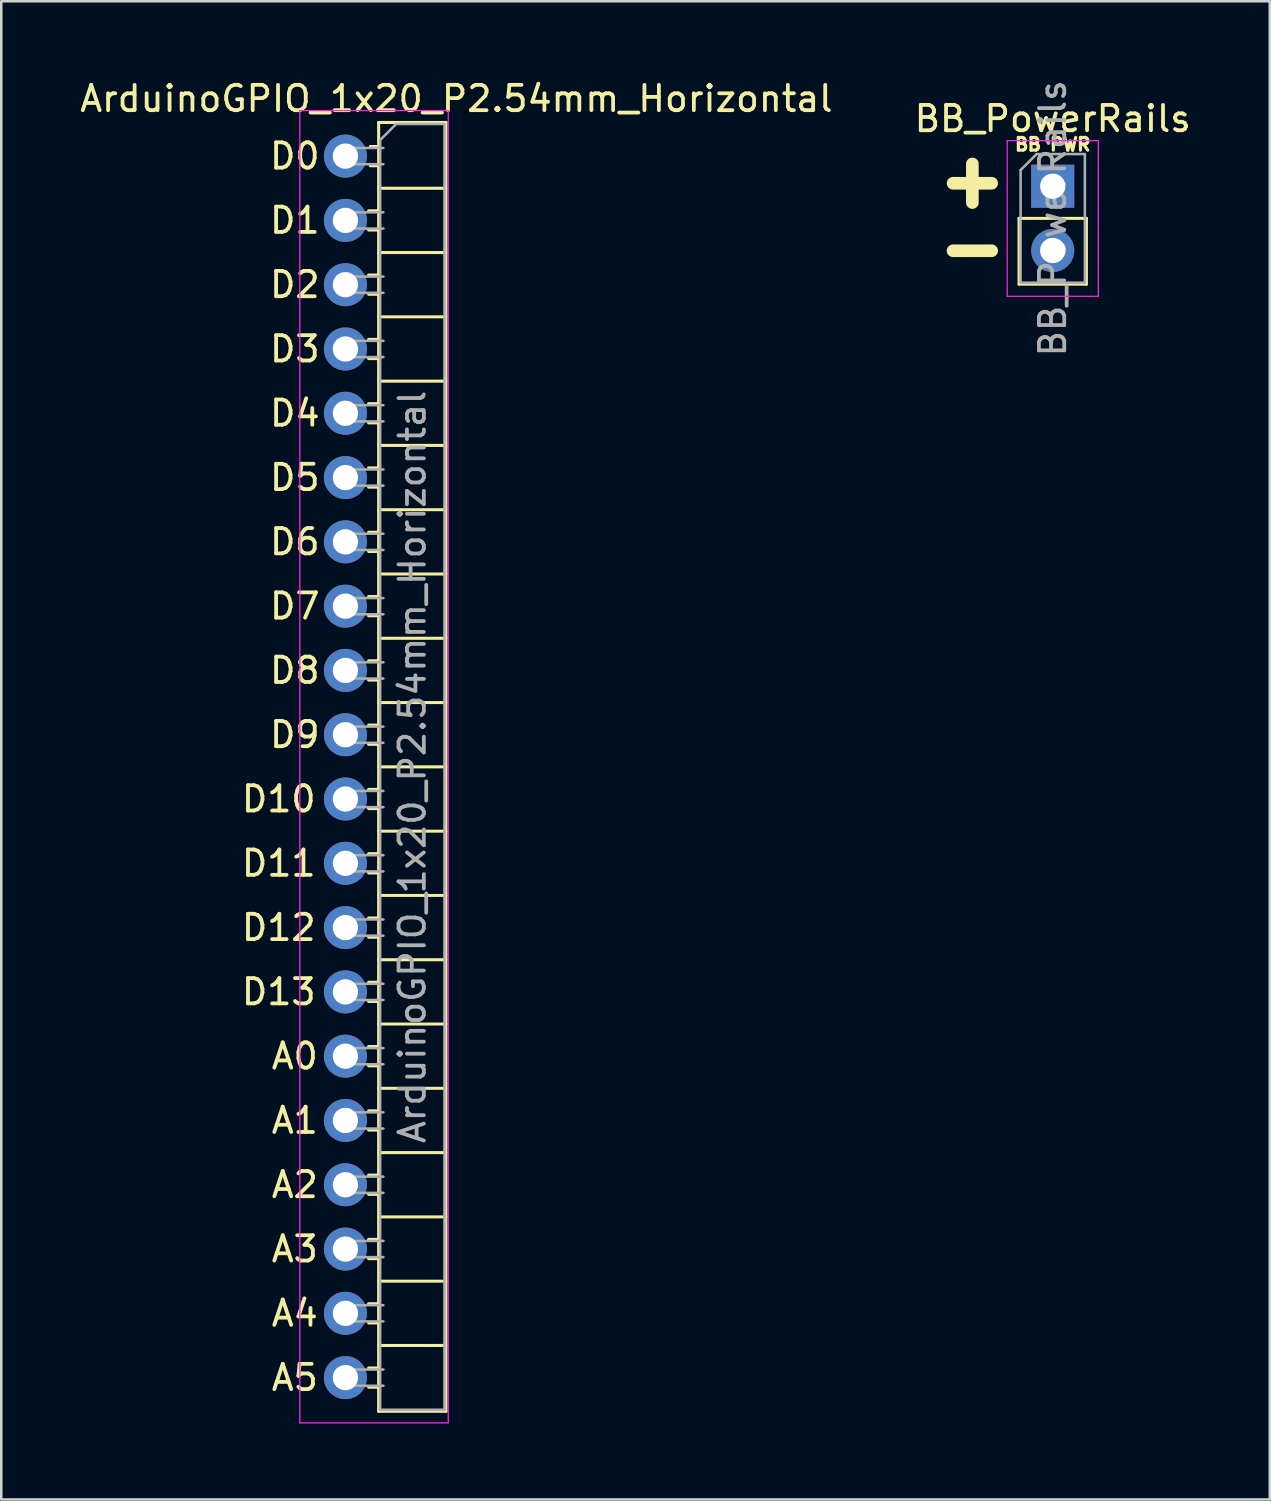
<source format=kicad_pcb>
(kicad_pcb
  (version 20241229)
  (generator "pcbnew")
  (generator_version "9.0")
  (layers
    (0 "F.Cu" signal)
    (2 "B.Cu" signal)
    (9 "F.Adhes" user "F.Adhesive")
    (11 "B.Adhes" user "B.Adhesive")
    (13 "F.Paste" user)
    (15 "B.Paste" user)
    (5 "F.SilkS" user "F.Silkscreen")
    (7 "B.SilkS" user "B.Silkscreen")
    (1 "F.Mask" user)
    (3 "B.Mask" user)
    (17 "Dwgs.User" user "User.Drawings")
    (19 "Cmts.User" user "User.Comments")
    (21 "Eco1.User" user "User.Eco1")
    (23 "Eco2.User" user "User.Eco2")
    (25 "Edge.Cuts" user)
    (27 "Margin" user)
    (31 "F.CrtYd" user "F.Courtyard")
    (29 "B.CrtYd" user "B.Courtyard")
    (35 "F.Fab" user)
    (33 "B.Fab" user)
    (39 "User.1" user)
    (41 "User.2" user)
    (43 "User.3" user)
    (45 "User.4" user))
  (footprint "ArduinoGPIO_1x20_P2.54mm_Horizontal"
    (layer "F.Cu")
    (at 10.597 3.118)
    (property "Reference" "ArduinoGPIO_1x20_P2.54mm_Horizontal" (at 4.385 -2.27 0) (layer "F.SilkS") (effects (font (size 1 1) (thickness 0.15))))
    (attr through_hole)
    (fp_line (start 0.916 2.16) (end 1.313 2.16) (stroke (width 0.12) (type solid)) (layer "F.SilkS"))
    (fp_line (start 0.916 2.92) (end 1.313 2.92) (stroke (width 0.12) (type solid)) (layer "F.SilkS"))
    (fp_line (start 0.916 4.7) (end 1.313 4.7) (stroke (width 0.12) (type solid)) (layer "F.SilkS"))
    (fp_line (start 0.916 5.46) (end 1.313 5.46) (stroke (width 0.12) (type solid)) (layer "F.SilkS"))
    (fp_line (start 0.916 7.24) (end 1.313 7.24) (stroke (width 0.12) (type solid)) (layer "F.SilkS"))
    (fp_line (start 0.916 8) (end 1.313 8) (stroke (width 0.12) (type solid)) (layer "F.SilkS"))
    (fp_line (start 0.916 9.78) (end 1.313 9.78) (stroke (width 0.12) (type solid)) (layer "F.SilkS"))
    (fp_line (start 0.916 10.54) (end 1.313 10.54) (stroke (width 0.12) (type solid)) (layer "F.SilkS"))
    (fp_line (start 0.916 12.32) (end 1.313 12.32) (stroke (width 0.12) (type solid)) (layer "F.SilkS"))
    (fp_line (start 0.916 13.08) (end 1.313 13.08) (stroke (width 0.12) (type solid)) (layer "F.SilkS"))
    (fp_line (start 0.916 14.86) (end 1.313 14.86) (stroke (width 0.12) (type solid)) (layer "F.SilkS"))
    (fp_line (start 0.916 15.62) (end 1.313 15.62) (stroke (width 0.12) (type solid)) (layer "F.SilkS"))
    (fp_line (start 0.916 17.4) (end 1.313 17.4) (stroke (width 0.12) (type solid)) (layer "F.SilkS"))
    (fp_line (start 0.916 18.16) (end 1.313 18.16) (stroke (width 0.12) (type solid)) (layer "F.SilkS"))
    (fp_line (start 0.916 19.94) (end 1.313 19.94) (stroke (width 0.12) (type solid)) (layer "F.SilkS"))
    (fp_line (start 0.916 20.7) (end 1.313 20.7) (stroke (width 0.12) (type solid)) (layer "F.SilkS"))
    (fp_line (start 0.916 22.48) (end 1.313 22.48) (stroke (width 0.12) (type solid)) (layer "F.SilkS"))
    (fp_line (start 0.916 23.24) (end 1.313 23.24) (stroke (width 0.12) (type solid)) (layer "F.SilkS"))
    (fp_line (start 0.916 25.02) (end 1.313 25.02) (stroke (width 0.12) (type solid)) (layer "F.SilkS"))
    (fp_line (start 0.916 25.78) (end 1.313 25.78) (stroke (width 0.12) (type solid)) (layer "F.SilkS"))
    (fp_line (start 0.916 27.56) (end 1.313 27.56) (stroke (width 0.12) (type solid)) (layer "F.SilkS"))
    (fp_line (start 0.916 28.32) (end 1.313 28.32) (stroke (width 0.12) (type solid)) (layer "F.SilkS"))
    (fp_line (start 0.916 30.1) (end 1.313 30.1) (stroke (width 0.12) (type solid)) (layer "F.SilkS"))
    (fp_line (start 0.916 30.86) (end 1.313 30.86) (stroke (width 0.12) (type solid)) (layer "F.SilkS"))
    (fp_line (start 0.916 32.64) (end 1.313 32.64) (stroke (width 0.12) (type solid)) (layer "F.SilkS"))
    (fp_line (start 0.916 33.4) (end 1.313 33.4) (stroke (width 0.12) (type solid)) (layer "F.SilkS"))
    (fp_line (start 0.916 35.18) (end 1.313 35.18) (stroke (width 0.12) (type solid)) (layer "F.SilkS"))
    (fp_line (start 0.916 35.94) (end 1.313 35.94) (stroke (width 0.12) (type solid)) (layer "F.SilkS"))
    (fp_line (start 0.916 37.72) (end 1.313 37.72) (stroke (width 0.12) (type solid)) (layer "F.SilkS"))
    (fp_line (start 0.916 38.48) (end 1.313 38.48) (stroke (width 0.12) (type solid)) (layer "F.SilkS"))
    (fp_line (start 0.916 40.26) (end 1.313 40.26) (stroke (width 0.12) (type solid)) (layer "F.SilkS"))
    (fp_line (start 0.916 41.02) (end 1.313 41.02) (stroke (width 0.12) (type solid)) (layer "F.SilkS"))
    (fp_line (start 0.916 42.8) (end 1.313 42.8) (stroke (width 0.12) (type solid)) (layer "F.SilkS"))
    (fp_line (start 0.916 43.56) (end 1.313 43.56) (stroke (width 0.12) (type solid)) (layer "F.SilkS"))
    (fp_line (start 0.916 45.34) (end 1.313 45.34) (stroke (width 0.12) (type solid)) (layer "F.SilkS"))
    (fp_line (start 0.916 46.1) (end 1.313 46.1) (stroke (width 0.12) (type solid)) (layer "F.SilkS"))
    (fp_line (start 0.916 47.88) (end 1.313 47.88) (stroke (width 0.12) (type solid)) (layer "F.SilkS"))
    (fp_line (start 0.916 48.64) (end 1.313 48.64) (stroke (width 0.12) (type solid)) (layer "F.SilkS"))
    (fp_line (start 0.983 -0.38) (end 1.313 -0.38) (stroke (width 0.12) (type solid)) (layer "F.SilkS"))
    (fp_line (start 0.983 0.38) (end 1.313 0.38) (stroke (width 0.12) (type solid)) (layer "F.SilkS"))
    (fp_line (start 1.313 -1.33) (end 1.313 49.59) (stroke (width 0.12) (type solid)) (layer "F.SilkS"))
    (fp_line (start 1.313 1.27) (end 3.973 1.27) (stroke (width 0.12) (type solid)) (layer "F.SilkS"))
    (fp_line (start 1.313 3.81) (end 3.973 3.81) (stroke (width 0.12) (type solid)) (layer "F.SilkS"))
    (fp_line (start 1.313 6.35) (end 3.973 6.35) (stroke (width 0.12) (type solid)) (layer "F.SilkS"))
    (fp_line (start 1.313 8.89) (end 3.973 8.89) (stroke (width 0.12) (type solid)) (layer "F.SilkS"))
    (fp_line (start 1.313 11.43) (end 3.973 11.43) (stroke (width 0.12) (type solid)) (layer "F.SilkS"))
    (fp_line (start 1.313 13.97) (end 3.973 13.97) (stroke (width 0.12) (type solid)) (layer "F.SilkS"))
    (fp_line (start 1.313 16.51) (end 3.973 16.51) (stroke (width 0.12) (type solid)) (layer "F.SilkS"))
    (fp_line (start 1.313 19.05) (end 3.973 19.05) (stroke (width 0.12) (type solid)) (layer "F.SilkS"))
    (fp_line (start 1.313 21.59) (end 3.973 21.59) (stroke (width 0.12) (type solid)) (layer "F.SilkS"))
    (fp_line (start 1.313 24.13) (end 3.973 24.13) (stroke (width 0.12) (type solid)) (layer "F.SilkS"))
    (fp_line (start 1.313 26.67) (end 3.973 26.67) (stroke (width 0.12) (type solid)) (layer "F.SilkS"))
    (fp_line (start 1.313 29.21) (end 3.973 29.21) (stroke (width 0.12) (type solid)) (layer "F.SilkS"))
    (fp_line (start 1.313 31.75) (end 3.973 31.75) (stroke (width 0.12) (type solid)) (layer "F.SilkS"))
    (fp_line (start 1.313 34.29) (end 3.973 34.29) (stroke (width 0.12) (type solid)) (layer "F.SilkS"))
    (fp_line (start 1.313 36.83) (end 3.973 36.83) (stroke (width 0.12) (type solid)) (layer "F.SilkS"))
    (fp_line (start 1.313 39.37) (end 3.973 39.37) (stroke (width 0.12) (type solid)) (layer "F.SilkS"))
    (fp_line (start 1.313 41.91) (end 3.973 41.91) (stroke (width 0.12) (type solid)) (layer "F.SilkS"))
    (fp_line (start 1.313 44.45) (end 3.973 44.45) (stroke (width 0.12) (type solid)) (layer "F.SilkS"))
    (fp_line (start 1.313 46.99) (end 3.973 46.99) (stroke (width 0.12) (type solid)) (layer "F.SilkS"))
    (fp_line (start 1.313 49.59) (end 3.973 49.59) (stroke (width 0.12) (type solid)) (layer "F.SilkS"))
    (fp_line (start 3.973 -1.33) (end 1.313 -1.33) (stroke (width 0.12) (type solid)) (layer "F.SilkS"))
    (fp_line (start 3.973 49.59) (end 3.973 -1.33) (stroke (width 0.12) (type solid)) (layer "F.SilkS"))
    (fp_line (start -1.8 -1.8) (end -1.8 50.05) (stroke (width 0.05) (type solid)) (layer "F.CrtYd"))
    (fp_line (start -1.8 50.05) (end 4.064 50.05) (stroke (width 0.05) (type solid)) (layer "F.CrtYd"))
    (fp_line (start 4.064 -1.8) (end -1.8 -1.8) (stroke (width 0.05) (type solid)) (layer "F.CrtYd"))
    (fp_line (start 4.064 50.038) (end 4.064 -1.778) (stroke (width 0.05) (type solid)) (layer "F.CrtYd"))
    (fp_line (start -0.32 -0.32) (end -0.32 0.32) (stroke (width 0.1) (type solid)) (layer "F.Fab"))
    (fp_line (start -0.32 -0.32) (end 1.5 -0.32) (stroke (width 0.1) (type solid)) (layer "F.Fab"))
    (fp_line (start -0.32 0.32) (end 1.5 0.32) (stroke (width 0.1) (type solid)) (layer "F.Fab"))
    (fp_line (start -0.32 2.22) (end -0.32 2.86) (stroke (width 0.1) (type solid)) (layer "F.Fab"))
    (fp_line (start -0.32 2.22) (end 1.5 2.22) (stroke (width 0.1) (type solid)) (layer "F.Fab"))
    (fp_line (start -0.32 2.86) (end 1.5 2.86) (stroke (width 0.1) (type solid)) (layer "F.Fab"))
    (fp_line (start -0.32 4.76) (end -0.32 5.4) (stroke (width 0.1) (type solid)) (layer "F.Fab"))
    (fp_line (start -0.32 4.76) (end 1.5 4.76) (stroke (width 0.1) (type solid)) (layer "F.Fab"))
    (fp_line (start -0.32 5.4) (end 1.5 5.4) (stroke (width 0.1) (type solid)) (layer "F.Fab"))
    (fp_line (start -0.32 7.3) (end -0.32 7.94) (stroke (width 0.1) (type solid)) (layer "F.Fab"))
    (fp_line (start -0.32 7.3) (end 1.5 7.3) (stroke (width 0.1) (type solid)) (layer "F.Fab"))
    (fp_line (start -0.32 7.94) (end 1.5 7.94) (stroke (width 0.1) (type solid)) (layer "F.Fab"))
    (fp_line (start -0.32 9.84) (end -0.32 10.48) (stroke (width 0.1) (type solid)) (layer "F.Fab"))
    (fp_line (start -0.32 9.84) (end 1.5 9.84) (stroke (width 0.1) (type solid)) (layer "F.Fab"))
    (fp_line (start -0.32 10.48) (end 1.5 10.48) (stroke (width 0.1) (type solid)) (layer "F.Fab"))
    (fp_line (start -0.32 12.38) (end -0.32 13.02) (stroke (width 0.1) (type solid)) (layer "F.Fab"))
    (fp_line (start -0.32 12.38) (end 1.5 12.38) (stroke (width 0.1) (type solid)) (layer "F.Fab"))
    (fp_line (start -0.32 13.02) (end 1.5 13.02) (stroke (width 0.1) (type solid)) (layer "F.Fab"))
    (fp_line (start -0.32 14.92) (end -0.32 15.56) (stroke (width 0.1) (type solid)) (layer "F.Fab"))
    (fp_line (start -0.32 14.92) (end 1.5 14.92) (stroke (width 0.1) (type solid)) (layer "F.Fab"))
    (fp_line (start -0.32 15.56) (end 1.5 15.56) (stroke (width 0.1) (type solid)) (layer "F.Fab"))
    (fp_line (start -0.32 17.46) (end -0.32 18.1) (stroke (width 0.1) (type solid)) (layer "F.Fab"))
    (fp_line (start -0.32 17.46) (end 1.5 17.46) (stroke (width 0.1) (type solid)) (layer "F.Fab"))
    (fp_line (start -0.32 18.1) (end 1.5 18.1) (stroke (width 0.1) (type solid)) (layer "F.Fab"))
    (fp_line (start -0.32 20) (end -0.32 20.64) (stroke (width 0.1) (type solid)) (layer "F.Fab"))
    (fp_line (start -0.32 20) (end 1.5 20) (stroke (width 0.1) (type solid)) (layer "F.Fab"))
    (fp_line (start -0.32 20.64) (end 1.5 20.64) (stroke (width 0.1) (type solid)) (layer "F.Fab"))
    (fp_line (start -0.32 22.54) (end -0.32 23.18) (stroke (width 0.1) (type solid)) (layer "F.Fab"))
    (fp_line (start -0.32 22.54) (end 1.5 22.54) (stroke (width 0.1) (type solid)) (layer "F.Fab"))
    (fp_line (start -0.32 23.18) (end 1.5 23.18) (stroke (width 0.1) (type solid)) (layer "F.Fab"))
    (fp_line (start -0.32 25.08) (end -0.32 25.72) (stroke (width 0.1) (type solid)) (layer "F.Fab"))
    (fp_line (start -0.32 25.08) (end 1.5 25.08) (stroke (width 0.1) (type solid)) (layer "F.Fab"))
    (fp_line (start -0.32 25.72) (end 1.5 25.72) (stroke (width 0.1) (type solid)) (layer "F.Fab"))
    (fp_line (start -0.32 27.62) (end -0.32 28.26) (stroke (width 0.1) (type solid)) (layer "F.Fab"))
    (fp_line (start -0.32 27.62) (end 1.5 27.62) (stroke (width 0.1) (type solid)) (layer "F.Fab"))
    (fp_line (start -0.32 28.26) (end 1.5 28.26) (stroke (width 0.1) (type solid)) (layer "F.Fab"))
    (fp_line (start -0.32 30.16) (end -0.32 30.8) (stroke (width 0.1) (type solid)) (layer "F.Fab"))
    (fp_line (start -0.32 30.16) (end 1.5 30.16) (stroke (width 0.1) (type solid)) (layer "F.Fab"))
    (fp_line (start -0.32 30.8) (end 1.5 30.8) (stroke (width 0.1) (type solid)) (layer "F.Fab"))
    (fp_line (start -0.32 32.7) (end -0.32 33.34) (stroke (width 0.1) (type solid)) (layer "F.Fab"))
    (fp_line (start -0.32 32.7) (end 1.5 32.7) (stroke (width 0.1) (type solid)) (layer "F.Fab"))
    (fp_line (start -0.32 33.34) (end 1.5 33.34) (stroke (width 0.1) (type solid)) (layer "F.Fab"))
    (fp_line (start -0.32 35.24) (end -0.32 35.88) (stroke (width 0.1) (type solid)) (layer "F.Fab"))
    (fp_line (start -0.32 35.24) (end 1.5 35.24) (stroke (width 0.1) (type solid)) (layer "F.Fab"))
    (fp_line (start -0.32 35.88) (end 1.5 35.88) (stroke (width 0.1) (type solid)) (layer "F.Fab"))
    (fp_line (start -0.32 37.78) (end -0.32 38.42) (stroke (width 0.1) (type solid)) (layer "F.Fab"))
    (fp_line (start -0.32 37.78) (end 1.5 37.78) (stroke (width 0.1) (type solid)) (layer "F.Fab"))
    (fp_line (start -0.32 38.42) (end 1.5 38.42) (stroke (width 0.1) (type solid)) (layer "F.Fab"))
    (fp_line (start -0.32 40.32) (end -0.32 40.96) (stroke (width 0.1) (type solid)) (layer "F.Fab"))
    (fp_line (start -0.32 40.32) (end -0.32 40.96) (stroke (width 0.1) (type solid)) (layer "F.Fab"))
    (fp_line (start -0.32 40.32) (end 1.5 40.32) (stroke (width 0.1) (type solid)) (layer "F.Fab"))
    (fp_line (start -0.32 40.96) (end 1.5 40.96) (stroke (width 0.1) (type solid)) (layer "F.Fab"))
    (fp_line (start -0.32 42.86) (end -0.32 43.5) (stroke (width 0.1) (type solid)) (layer "F.Fab"))
    (fp_line (start -0.32 42.86) (end -0.32 43.5) (stroke (width 0.1) (type solid)) (layer "F.Fab"))
    (fp_line (start -0.32 42.86) (end 1.5 42.86) (stroke (width 0.1) (type solid)) (layer "F.Fab"))
    (fp_line (start -0.32 43.5) (end 1.5 43.5) (stroke (width 0.1) (type solid)) (layer "F.Fab"))
    (fp_line (start -0.32 45.4) (end -0.32 46.04) (stroke (width 0.1) (type solid)) (layer "F.Fab"))
    (fp_line (start -0.32 45.4) (end -0.32 46.04) (stroke (width 0.1) (type solid)) (layer "F.Fab"))
    (fp_line (start -0.32 45.4) (end 1.5 45.4) (stroke (width 0.1) (type solid)) (layer "F.Fab"))
    (fp_line (start -0.32 46.04) (end 1.5 46.04) (stroke (width 0.1) (type solid)) (layer "F.Fab"))
    (fp_line (start -0.32 47.94) (end -0.32 48.58) (stroke (width 0.1) (type solid)) (layer "F.Fab"))
    (fp_line (start -0.32 47.94) (end -0.32 48.58) (stroke (width 0.1) (type solid)) (layer "F.Fab"))
    (fp_line (start -0.32 47.94) (end 1.5 47.94) (stroke (width 0.1) (type solid)) (layer "F.Fab"))
    (fp_line (start -0.32 48.58) (end 1.5 48.58) (stroke (width 0.1) (type solid)) (layer "F.Fab"))
    (fp_line (start 1.373 -0.635) (end 2.008 -1.27) (stroke (width 0.1) (type solid)) (layer "F.Fab"))
    (fp_line (start 1.373 49.53) (end 1.373 -0.635) (stroke (width 0.1) (type solid)) (layer "F.Fab"))
    (fp_line (start 2.008 -1.27) (end 3.913 -1.27) (stroke (width 0.1) (type solid)) (layer "F.Fab"))
    (fp_line (start 3.913 -1.27) (end 3.913 49.53) (stroke (width 0.1) (type solid)) (layer "F.Fab"))
    (fp_line (start 3.913 49.53) (end 1.373 49.53) (stroke (width 0.1) (type solid)) (layer "F.Fab"))
    (fp_text user "A3" (at -2 43.18 0) (layer "F.SilkS") (effects (font (size 1 1) (thickness 0.15))))
    (fp_text user "D6" (at -2 15.24 0) (layer "F.SilkS") (effects (font (size 1 1) (thickness 0.15))))
    (fp_text user "D4" (at -2 10.16 0) (layer "F.SilkS") (effects (font (size 1 1) (thickness 0.15))))
    (fp_text user "D3" (at -2 7.62 0) (layer "F.SilkS") (effects (font (size 1 1) (thickness 0.15))))
    (fp_text user "A0" (at -2 35.56 0) (layer "F.SilkS") (effects (font (size 1 1) (thickness 0.15))))
    (fp_text user "D5" (at -2 12.7 0) (layer "F.SilkS") (effects (font (size 1 1) (thickness 0.15))))
    (fp_text user "D10" (at -2.635 25.4 0) (layer "F.SilkS") (effects (font (size 1 1) (thickness 0.15))))
    (fp_text user "D8" (at -2 20.32 0) (layer "F.SilkS") (effects (font (size 1 1) (thickness 0.15))))
    (fp_text user "A1" (at -2 38.1 0) (layer "F.SilkS") (effects (font (size 1 1) (thickness 0.15))))
    (fp_text user "D13" (at -2.635 33.02 0) (layer "F.SilkS") (effects (font (size 1 1) (thickness 0.15))))
    (fp_text user "A5" (at -2 48.26 0) (layer "F.SilkS") (effects (font (size 1 1) (thickness 0.15))))
    (fp_text user "D2" (at -2 5.08 0) (layer "F.SilkS") (effects (font (size 1 1) (thickness 0.15))))
    (fp_text user "D0" (at -2 0 0) (layer "F.SilkS") (effects (font (size 1 1) (thickness 0.15))))
    (fp_text user "D12" (at -2.635 30.48 0) (layer "F.SilkS") (effects (font (size 1 1) (thickness 0.15))))
    (fp_text user "D7" (at -2 17.78 0) (layer "F.SilkS") (effects (font (size 1 1) (thickness 0.15))))
    (fp_text user "D1" (at -2 2.54 0) (layer "F.SilkS") (effects (font (size 1 1) (thickness 0.15))))
    (fp_text user "D9" (at -2 22.86 0) (layer "F.SilkS") (effects (font (size 1 1) (thickness 0.15))))
    (fp_text user "A4" (at -2 45.72 0) (layer "F.SilkS") (effects (font (size 1 1) (thickness 0.15))))
    (fp_text user "A2" (at -2 40.64 0) (layer "F.SilkS") (effects (font (size 1 1) (thickness 0.15))))
    (fp_text user "D11" (at -2.635 27.94 0) (layer "F.SilkS") (effects (font (size 1 1) (thickness 0.15))))
    (fp_text user "${REFERENCE}" (at 2.643 24.13 90) (layer "F.Fab") (effects (font (size 1 1) (thickness 0.15))))
    (pad "1" thru_hole circle (at 0 0) (size 1.7 1.7) (drill 1) (layers "*.Cu" "*.Mask"))
    (pad "2" thru_hole oval (at 0 2.54) (size 1.7 1.7) (drill 1) (layers "*.Cu" "*.Mask"))
    (pad "3" thru_hole oval (at 0 5.08) (size 1.7 1.7) (drill 1) (layers "*.Cu" "*.Mask"))
    (pad "4" thru_hole oval (at 0 7.62) (size 1.7 1.7) (drill 1) (layers "*.Cu" "*.Mask"))
    (pad "5" thru_hole oval (at 0 10.16) (size 1.7 1.7) (drill 1) (layers "*.Cu" "*.Mask"))
    (pad "6" thru_hole oval (at 0 12.7) (size 1.7 1.7) (drill 1) (layers "*.Cu" "*.Mask"))
    (pad "7" thru_hole oval (at 0 15.24) (size 1.7 1.7) (drill 1) (layers "*.Cu" "*.Mask"))
    (pad "8" thru_hole oval (at 0 17.78) (size 1.7 1.7) (drill 1) (layers "*.Cu" "*.Mask"))
    (pad "9" thru_hole oval (at 0 20.32) (size 1.7 1.7) (drill 1) (layers "*.Cu" "*.Mask"))
    (pad "10" thru_hole oval (at 0 22.86) (size 1.7 1.7) (drill 1) (layers "*.Cu" "*.Mask"))
    (pad "11" thru_hole oval (at 0 25.4) (size 1.7 1.7) (drill 1) (layers "*.Cu" "*.Mask"))
    (pad "12" thru_hole oval (at 0 27.94) (size 1.7 1.7) (drill 1) (layers "*.Cu" "*.Mask"))
    (pad "13" thru_hole oval (at 0 30.48) (size 1.7 1.7) (drill 1) (layers "*.Cu" "*.Mask"))
    (pad "14" thru_hole oval (at 0 33.02) (size 1.7 1.7) (drill 1) (layers "*.Cu" "*.Mask"))
    (pad "15" thru_hole oval (at 0 35.56) (size 1.7 1.7) (drill 1) (layers "*.Cu" "*.Mask"))
    (pad "16" thru_hole oval (at 0 38.1) (size 1.7 1.7) (drill 1) (layers "*.Cu" "*.Mask"))
    (pad "17" thru_hole oval (at 0 40.64) (size 1.7 1.7) (drill 1) (layers "*.Cu" "*.Mask"))
    (pad "18" thru_hole oval (at 0 43.18) (size 1.7 1.7) (drill 1) (layers "*.Cu" "*.Mask"))
    (pad "19" thru_hole oval (at 0 45.72) (size 1.7 1.7) (drill 1) (layers "*.Cu" "*.Mask"))
    (pad "20" thru_hole oval (at 0 48.26) (size 1.7 1.7) (drill 1) (layers "*.Cu" "*.Mask")))
  (footprint "BB_PowerRails"
    (layer "F.Cu")
    (at 38.542 4.307)
    (property "Reference" "BB_PowerRails" (at 0 -2.667 0) (layer "F.SilkS") (effects (font (size 1 1) (thickness 0.15))))
    (attr through_hole)
    (fp_line (start -1.33 1.27) (end -1.33 3.87) (stroke (width 0.12) (type solid)) (layer "F.SilkS"))
    (fp_line (start -1.33 1.27) (end 1.33 1.27) (stroke (width 0.12) (type solid)) (layer "F.SilkS"))
    (fp_line (start -1.33 3.87) (end 1.33 3.87) (stroke (width 0.12) (type solid)) (layer "F.SilkS"))
    (fp_line (start 1.33 1.27) (end 1.33 3.87) (stroke (width 0.12) (type solid)) (layer "F.SilkS"))
    (fp_line (start -1.8 -1.8) (end -1.8 4.35) (stroke (width 0.05) (type solid)) (layer "F.CrtYd"))
    (fp_line (start -1.8 4.35) (end 1.8 4.35) (stroke (width 0.05) (type solid)) (layer "F.CrtYd"))
    (fp_line (start 1.8 -1.8) (end -1.8 -1.8) (stroke (width 0.05) (type solid)) (layer "F.CrtYd"))
    (fp_line (start 1.8 4.35) (end 1.8 -1.8) (stroke (width 0.05) (type solid)) (layer "F.CrtYd"))
    (fp_line (start -1.27 -0.635) (end -0.635 -1.27) (stroke (width 0.1) (type solid)) (layer "F.Fab"))
    (fp_line (start -1.27 3.81) (end -1.27 -0.635) (stroke (width 0.1) (type solid)) (layer "F.Fab"))
    (fp_line (start -0.635 -1.27) (end 1.27 -1.27) (stroke (width 0.1) (type solid)) (layer "F.Fab"))
    (fp_line (start 1.27 -1.27) (end 1.27 3.81) (stroke (width 0.1) (type solid)) (layer "F.Fab"))
    (fp_line (start 1.27 3.81) (end -1.27 3.81) (stroke (width 0.1) (type solid)) (layer "F.Fab"))
    (fp_text user "BB PWR" (at 0 -1.651 0) (layer "F.SilkS") (effects (font (size 0.5 0.5) (thickness 0.125))))
    (fp_text user "-" (at -3.175 2.413 0) (layer "F.SilkS") (effects (font (size 2 2) (thickness 0.5))))
    (fp_text user "+" (at -3.175 -0.254 0) (layer "F.SilkS") (effects (font (size 2 2) (thickness 0.5))))
    (fp_text user "${REFERENCE}" (at 0 1.27 90) (layer "F.Fab") (effects (font (size 1 1) (thickness 0.15))))
    (pad "1" thru_hole rect (at 0 0) (size 1.7 1.7) (drill 1) (layers "*.Cu" "*.Mask"))
    (pad "2" thru_hole oval (at 0 2.54) (size 1.7 1.7) (drill 1) (layers "*.Cu" "*.Mask")))
  (gr_rect
    (start -3 -3)
    (end 47.119 56.193)
    (stroke (width 0.1) (type default))
    (fill no)
    (layer "Edge.Cuts")))
</source>
